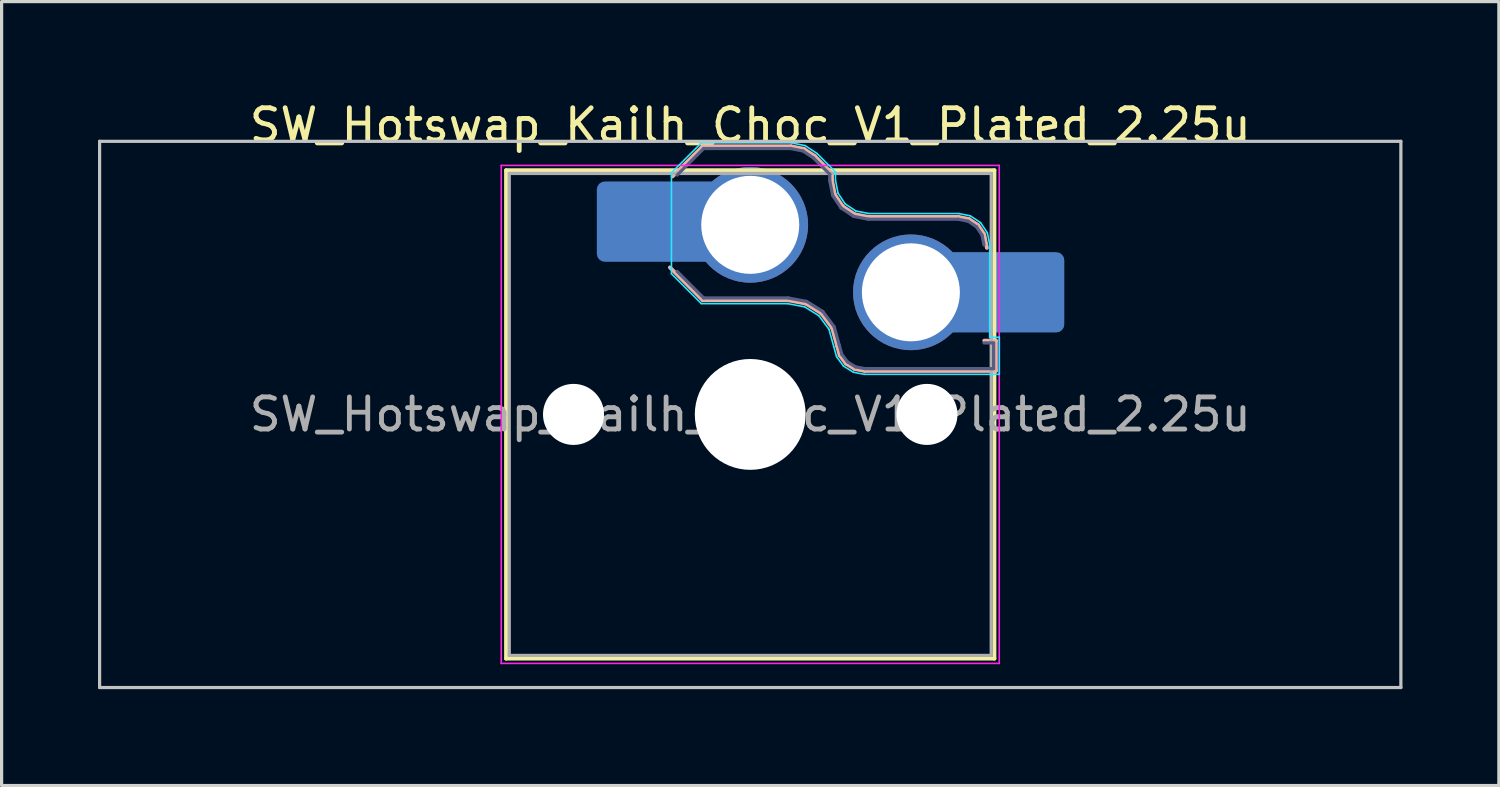
<source format=kicad_pcb>
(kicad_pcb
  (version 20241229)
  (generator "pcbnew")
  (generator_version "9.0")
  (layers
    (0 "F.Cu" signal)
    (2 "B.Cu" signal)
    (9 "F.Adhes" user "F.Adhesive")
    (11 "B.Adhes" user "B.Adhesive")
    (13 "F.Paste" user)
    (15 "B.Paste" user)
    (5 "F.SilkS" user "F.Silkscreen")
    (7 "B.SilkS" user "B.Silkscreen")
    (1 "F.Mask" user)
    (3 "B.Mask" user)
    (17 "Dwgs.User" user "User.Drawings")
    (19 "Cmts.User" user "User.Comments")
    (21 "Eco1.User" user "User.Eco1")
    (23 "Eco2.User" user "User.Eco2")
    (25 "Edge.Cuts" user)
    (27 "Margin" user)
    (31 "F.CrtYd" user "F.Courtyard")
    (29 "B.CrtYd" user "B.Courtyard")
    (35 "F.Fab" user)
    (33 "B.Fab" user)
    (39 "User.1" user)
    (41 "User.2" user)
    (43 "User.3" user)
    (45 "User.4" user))
  (footprint "SW_Hotswap_Kailh_Choc_V1_Plated_2.25u"
    (layer "F.Cu")
    (at 20.3 9.848)
    (property "Reference" "SW_Hotswap_Kailh_Choc_V1_Plated_2.25u" (at 0 -9 0) (layer "F.SilkS") (effects (font (size 1 1) (thickness 0.15))))
    (attr smd)
    (fp_line (start -7.6 -7.6) (end -7.6 7.6) (stroke (width 0.12) (type solid)) (layer "F.SilkS"))
    (fp_line (start -7.6 7.6) (end 7.6 7.6) (stroke (width 0.12) (type solid)) (layer "F.SilkS"))
    (fp_line (start 7.6 -7.6) (end -7.6 -7.6) (stroke (width 0.12) (type solid)) (layer "F.SilkS"))
    (fp_line (start 7.6 7.6) (end 7.6 -7.6) (stroke (width 0.12) (type solid)) (layer "F.SilkS"))
    (fp_line (start -2.416 -7.409) (end -1.479 -8.346) (stroke (width 0.12) (type solid)) (layer "B.SilkS"))
    (fp_line (start -1.479 -8.346) (end 1.268 -8.346) (stroke (width 0.12) (type solid)) (layer "B.SilkS"))
    (fp_line (start -1.479 -3.554) (end -2.5 -4.575) (stroke (width 0.12) (type solid)) (layer "B.SilkS"))
    (fp_line (start 1.168 -3.554) (end -1.479 -3.554) (stroke (width 0.12) (type solid)) (layer "B.SilkS"))
    (fp_line (start 1.268 -8.346) (end 1.671 -8.266) (stroke (width 0.12) (type solid)) (layer "B.SilkS"))
    (fp_line (start 1.671 -8.266) (end 2.013 -8.037) (stroke (width 0.12) (type solid)) (layer "B.SilkS"))
    (fp_line (start 1.73 -3.449) (end 1.168 -3.554) (stroke (width 0.12) (type solid)) (layer "B.SilkS"))
    (fp_line (start 2.013 -8.037) (end 2.546 -7.504) (stroke (width 0.12) (type solid)) (layer "B.SilkS"))
    (fp_line (start 2.209 -3.15) (end 1.73 -3.449) (stroke (width 0.12) (type solid)) (layer "B.SilkS"))
    (fp_line (start 2.546 -7.504) (end 2.546 -7.282) (stroke (width 0.12) (type solid)) (layer "B.SilkS"))
    (fp_line (start 2.546 -7.282) (end 2.633 -6.844) (stroke (width 0.12) (type solid)) (layer "B.SilkS"))
    (fp_line (start 2.547 -2.697) (end 2.209 -3.15) (stroke (width 0.12) (type solid)) (layer "B.SilkS"))
    (fp_line (start 2.633 -6.844) (end 2.877 -6.477) (stroke (width 0.12) (type solid)) (layer "B.SilkS"))
    (fp_line (start 2.701 -2.139) (end 2.547 -2.697) (stroke (width 0.12) (type solid)) (layer "B.SilkS"))
    (fp_line (start 2.783 -1.841) (end 2.701 -2.139) (stroke (width 0.12) (type solid)) (layer "B.SilkS"))
    (fp_line (start 2.877 -6.477) (end 3.244 -6.233) (stroke (width 0.12) (type solid)) (layer "B.SilkS"))
    (fp_line (start 2.976 -1.583) (end 2.783 -1.841) (stroke (width 0.12) (type solid)) (layer "B.SilkS"))
    (fp_line (start 3.244 -6.233) (end 3.682 -6.146) (stroke (width 0.12) (type solid)) (layer "B.SilkS"))
    (fp_line (start 3.25 -1.413) (end 2.976 -1.583) (stroke (width 0.12) (type solid)) (layer "B.SilkS"))
    (fp_line (start 3.56 -1.354) (end 3.25 -1.413) (stroke (width 0.12) (type solid)) (layer "B.SilkS"))
    (fp_line (start 3.682 -6.146) (end 6.482 -6.146) (stroke (width 0.12) (type solid)) (layer "B.SilkS"))
    (fp_line (start 6.482 -6.146) (end 6.809 -6.081) (stroke (width 0.12) (type solid)) (layer "B.SilkS"))
    (fp_line (start 6.809 -6.081) (end 7.092 -5.892) (stroke (width 0.12) (type solid)) (layer "B.SilkS"))
    (fp_line (start 7.092 -5.892) (end 7.281 -5.609) (stroke (width 0.12) (type solid)) (layer "B.SilkS"))
    (fp_line (start 7.281 -5.609) (end 7.366 -5.182) (stroke (width 0.12) (type solid)) (layer "B.SilkS"))
    (fp_line (start 7.283 -2.296) (end 7.646 -2.296) (stroke (width 0.12) (type solid)) (layer "B.SilkS"))
    (fp_line (start 7.646 -2.296) (end 7.646 -1.354) (stroke (width 0.12) (type solid)) (layer "B.SilkS"))
    (fp_line (start 7.646 -1.354) (end 3.56 -1.354) (stroke (width 0.12) (type solid)) (layer "B.SilkS"))
    (fp_line (start -20.25 -8.5) (end -20.25 8.5) (stroke (width 0.1) (type solid)) (layer "Dwgs.User"))
    (fp_line (start -20.25 8.5) (end 20.25 8.5) (stroke (width 0.1) (type solid)) (layer "Dwgs.User"))
    (fp_line (start 20.25 -8.5) (end -20.25 -8.5) (stroke (width 0.1) (type solid)) (layer "Dwgs.User"))
    (fp_line (start 20.25 8.5) (end 20.25 -8.5) (stroke (width 0.1) (type solid)) (layer "Dwgs.User"))
    (fp_line (start -7.25 -7.25) (end -7.25 7.25) (stroke (width 0.1) (type solid)) (layer "Eco1.User"))
    (fp_line (start -7.25 7.25) (end 7.25 7.25) (stroke (width 0.1) (type solid)) (layer "Eco1.User"))
    (fp_line (start 7.25 -7.25) (end -7.25 -7.25) (stroke (width 0.1) (type solid)) (layer "Eco1.User"))
    (fp_line (start 7.25 7.25) (end 7.25 -7.25) (stroke (width 0.1) (type solid)) (layer "Eco1.User"))
    (fp_line (start -2.452 -7.523) (end -1.523 -8.452) (stroke (width 0.05) (type solid)) (layer "B.CrtYd"))
    (fp_line (start -2.452 -4.377) (end -2.452 -7.523) (stroke (width 0.05) (type solid)) (layer "B.CrtYd"))
    (fp_line (start -1.523 -8.452) (end 1.278 -8.452) (stroke (width 0.05) (type solid)) (layer "B.CrtYd"))
    (fp_line (start -1.523 -3.448) (end -2.452 -4.377) (stroke (width 0.05) (type solid)) (layer "B.CrtYd"))
    (fp_line (start 1.159 -3.448) (end -1.523 -3.448) (stroke (width 0.05) (type solid)) (layer "B.CrtYd"))
    (fp_line (start 1.278 -8.452) (end 1.712 -8.366) (stroke (width 0.05) (type solid)) (layer "B.CrtYd"))
    (fp_line (start 1.691 -3.348) (end 1.159 -3.448) (stroke (width 0.05) (type solid)) (layer "B.CrtYd"))
    (fp_line (start 1.712 -8.366) (end 2.081 -8.119) (stroke (width 0.05) (type solid)) (layer "B.CrtYd"))
    (fp_line (start 2.081 -8.119) (end 2.652 -7.548) (stroke (width 0.05) (type solid)) (layer "B.CrtYd"))
    (fp_line (start 2.136 -3.071) (end 1.691 -3.348) (stroke (width 0.05) (type solid)) (layer "B.CrtYd"))
    (fp_line (start 2.45 -2.65) (end 2.136 -3.071) (stroke (width 0.05) (type solid)) (layer "B.CrtYd"))
    (fp_line (start 2.599 -2.111) (end 2.45 -2.65) (stroke (width 0.05) (type solid)) (layer "B.CrtYd"))
    (fp_line (start 2.652 -7.548) (end 2.652 -7.292) (stroke (width 0.05) (type solid)) (layer "B.CrtYd"))
    (fp_line (start 2.652 -7.292) (end 2.733 -6.885) (stroke (width 0.05) (type solid)) (layer "B.CrtYd"))
    (fp_line (start 2.687 -1.794) (end 2.599 -2.111) (stroke (width 0.05) (type solid)) (layer "B.CrtYd"))
    (fp_line (start 2.733 -6.885) (end 2.953 -6.553) (stroke (width 0.05) (type solid)) (layer "B.CrtYd"))
    (fp_line (start 2.903 -1.503) (end 2.687 -1.794) (stroke (width 0.05) (type solid)) (layer "B.CrtYd"))
    (fp_line (start 2.953 -6.553) (end 3.285 -6.333) (stroke (width 0.05) (type solid)) (layer "B.CrtYd"))
    (fp_line (start 3.211 -1.312) (end 2.903 -1.503) (stroke (width 0.05) (type solid)) (layer "B.CrtYd"))
    (fp_line (start 3.285 -6.333) (end 3.692 -6.252) (stroke (width 0.05) (type solid)) (layer "B.CrtYd"))
    (fp_line (start 3.55 -1.248) (end 3.211 -1.312) (stroke (width 0.05) (type solid)) (layer "B.CrtYd"))
    (fp_line (start 3.692 -6.252) (end 6.492 -6.252) (stroke (width 0.05) (type solid)) (layer "B.CrtYd"))
    (fp_line (start 6.492 -6.252) (end 6.85 -6.181) (stroke (width 0.05) (type solid)) (layer "B.CrtYd"))
    (fp_line (start 6.85 -6.181) (end 7.168 -5.968) (stroke (width 0.05) (type solid)) (layer "B.CrtYd"))
    (fp_line (start 7.168 -5.968) (end 7.381 -5.65) (stroke (width 0.05) (type solid)) (layer "B.CrtYd"))
    (fp_line (start 7.381 -5.65) (end 7.452 -5.292) (stroke (width 0.05) (type solid)) (layer "B.CrtYd"))
    (fp_line (start 7.452 -5.292) (end 7.452 -2.402) (stroke (width 0.05) (type solid)) (layer "B.CrtYd"))
    (fp_line (start 7.452 -2.402) (end 7.752 -2.402) (stroke (width 0.05) (type solid)) (layer "B.CrtYd"))
    (fp_line (start 7.752 -2.402) (end 7.752 -1.248) (stroke (width 0.05) (type solid)) (layer "B.CrtYd"))
    (fp_line (start 7.752 -1.248) (end 3.55 -1.248) (stroke (width 0.05) (type solid)) (layer "B.CrtYd"))
    (fp_line (start -7.75 -7.75) (end -7.75 7.75) (stroke (width 0.05) (type solid)) (layer "F.CrtYd"))
    (fp_line (start -7.75 7.75) (end 7.75 7.75) (stroke (width 0.05) (type solid)) (layer "F.CrtYd"))
    (fp_line (start 7.75 -7.75) (end -7.75 -7.75) (stroke (width 0.05) (type solid)) (layer "F.CrtYd"))
    (fp_line (start 7.75 7.75) (end 7.75 -7.75) (stroke (width 0.05) (type solid)) (layer "F.CrtYd"))
    (fp_line (start -2.275 -7.45) (end -1.45 -8.275) (stroke (width 0.1) (type solid)) (layer "B.Fab"))
    (fp_line (start -1.45 -8.275) (end 1.261 -8.275) (stroke (width 0.1) (type solid)) (layer "B.Fab"))
    (fp_line (start -1.45 -3.625) (end -2.275 -4.45) (stroke (width 0.1) (type solid)) (layer "B.Fab"))
    (fp_line (start 1.175 -3.625) (end -1.45 -3.625) (stroke (width 0.1) (type solid)) (layer "B.Fab"))
    (fp_line (start 1.261 -8.275) (end 1.643 -8.199) (stroke (width 0.1) (type solid)) (layer "B.Fab"))
    (fp_line (start 1.643 -8.199) (end 1.968 -7.982) (stroke (width 0.1) (type solid)) (layer "B.Fab"))
    (fp_line (start 1.756 -3.516) (end 1.175 -3.625) (stroke (width 0.1) (type solid)) (layer "B.Fab"))
    (fp_line (start 1.968 -7.982) (end 2.475 -7.475) (stroke (width 0.1) (type solid)) (layer "B.Fab"))
    (fp_line (start 2.258 -3.203) (end 1.756 -3.516) (stroke (width 0.1) (type solid)) (layer "B.Fab"))
    (fp_line (start 2.475 -7.475) (end 2.475 -7.275) (stroke (width 0.1) (type solid)) (layer "B.Fab"))
    (fp_line (start 2.475 -7.275) (end 2.566 -6.816) (stroke (width 0.1) (type solid)) (layer "B.Fab"))
    (fp_line (start 2.566 -6.816) (end 2.826 -6.426) (stroke (width 0.1) (type solid)) (layer "B.Fab"))
    (fp_line (start 2.612 -2.729) (end 2.258 -3.203) (stroke (width 0.1) (type solid)) (layer "B.Fab"))
    (fp_line (start 2.769 -2.158) (end 2.612 -2.729) (stroke (width 0.1) (type solid)) (layer "B.Fab"))
    (fp_line (start 2.826 -6.426) (end 3.216 -6.166) (stroke (width 0.1) (type solid)) (layer "B.Fab"))
    (fp_line (start 2.848 -1.873) (end 2.769 -2.158) (stroke (width 0.1) (type solid)) (layer "B.Fab"))
    (fp_line (start 3.025 -1.636) (end 2.848 -1.873) (stroke (width 0.1) (type solid)) (layer "B.Fab"))
    (fp_line (start 3.216 -6.166) (end 3.675 -6.075) (stroke (width 0.1) (type solid)) (layer "B.Fab"))
    (fp_line (start 3.276 -1.48) (end 3.025 -1.636) (stroke (width 0.1) (type solid)) (layer "B.Fab"))
    (fp_line (start 3.567 -1.425) (end 3.276 -1.48) (stroke (width 0.1) (type solid)) (layer "B.Fab"))
    (fp_line (start 3.675 -6.075) (end 6.475 -6.075) (stroke (width 0.1) (type solid)) (layer "B.Fab"))
    (fp_line (start 6.475 -6.075) (end 6.781 -6.014) (stroke (width 0.1) (type solid)) (layer "B.Fab"))
    (fp_line (start 6.781 -6.014) (end 7.041 -5.841) (stroke (width 0.1) (type solid)) (layer "B.Fab"))
    (fp_line (start 7.041 -5.841) (end 7.214 -5.581) (stroke (width 0.1) (type solid)) (layer "B.Fab"))
    (fp_line (start 7.214 -5.581) (end 7.275 -5.275) (stroke (width 0.1) (type solid)) (layer "B.Fab"))
    (fp_line (start 7.275 -2.225) (end 7.575 -2.225) (stroke (width 0.1) (type solid)) (layer "B.Fab"))
    (fp_line (start 7.575 -2.225) (end 7.575 -1.425) (stroke (width 0.1) (type solid)) (layer "B.Fab"))
    (fp_line (start 7.575 -1.425) (end 3.567 -1.425) (stroke (width 0.1) (type solid)) (layer "B.Fab"))
    (fp_line (start -7.5 -7.5) (end -7.5 7.5) (stroke (width 0.1) (type solid)) (layer "F.Fab"))
    (fp_line (start -7.5 7.5) (end 7.5 7.5) (stroke (width 0.1) (type solid)) (layer "F.Fab"))
    (fp_line (start 7.5 -7.5) (end -7.5 -7.5) (stroke (width 0.1) (type solid)) (layer "F.Fab"))
    (fp_line (start 7.5 7.5) (end 7.5 -7.5) (stroke (width 0.1) (type solid)) (layer "F.Fab"))
    (fp_text user "${REFERENCE}" (at 0 0 0) (layer "F.Fab") (effects (font (size 1 1) (thickness 0.15))))
    (pad "" np_thru_hole circle (at -5.5 0) (size 1.9 1.9) (drill 1.9) (layers "*.Cu" "*.Mask"))
    (pad "" smd roundrect (at -3.5 -6) (size 2.55 2.5) (layers "B.Mask" "B.Paste") (roundrect_rratio 0.1))
    (pad "" np_thru_hole circle (at 0 0) (size 3.45 3.45) (drill 3.45) (layers "*.Cu" "*.Mask"))
    (pad "" np_thru_hole circle (at 5.5 0) (size 1.9 1.9) (drill 1.9) (layers "*.Cu" "*.Mask"))
    (pad "" smd roundrect (at 8.5 -3.8) (size 2.55 2.5) (layers "B.Mask" "B.Paste") (roundrect_rratio 0.1))
    (pad "1" smd roundrect (at -2.85 -6) (size 3.85 2.5) (layers "B.Cu") (roundrect_rratio 0.1))
    (pad "1" thru_hole circle (at 0 -5.9) (size 3.6 3.6) (drill 3.05) (layers "*.Cu" "*.Mask"))
    (pad "2" thru_hole circle (at 5 -3.8) (size 3.6 3.6) (drill 3.05) (layers "*.Cu" "*.Mask"))
    (pad "2" smd roundrect (at 7.85 -3.8) (size 3.85 2.5) (layers "B.Cu") (roundrect_rratio 0.1)))
  (gr_rect
    (start -3 -3)
    (end 43.6 21.398)
    (stroke (width 0.1) (type default))
    (fill no)
    (layer "Edge.Cuts")))
</source>
